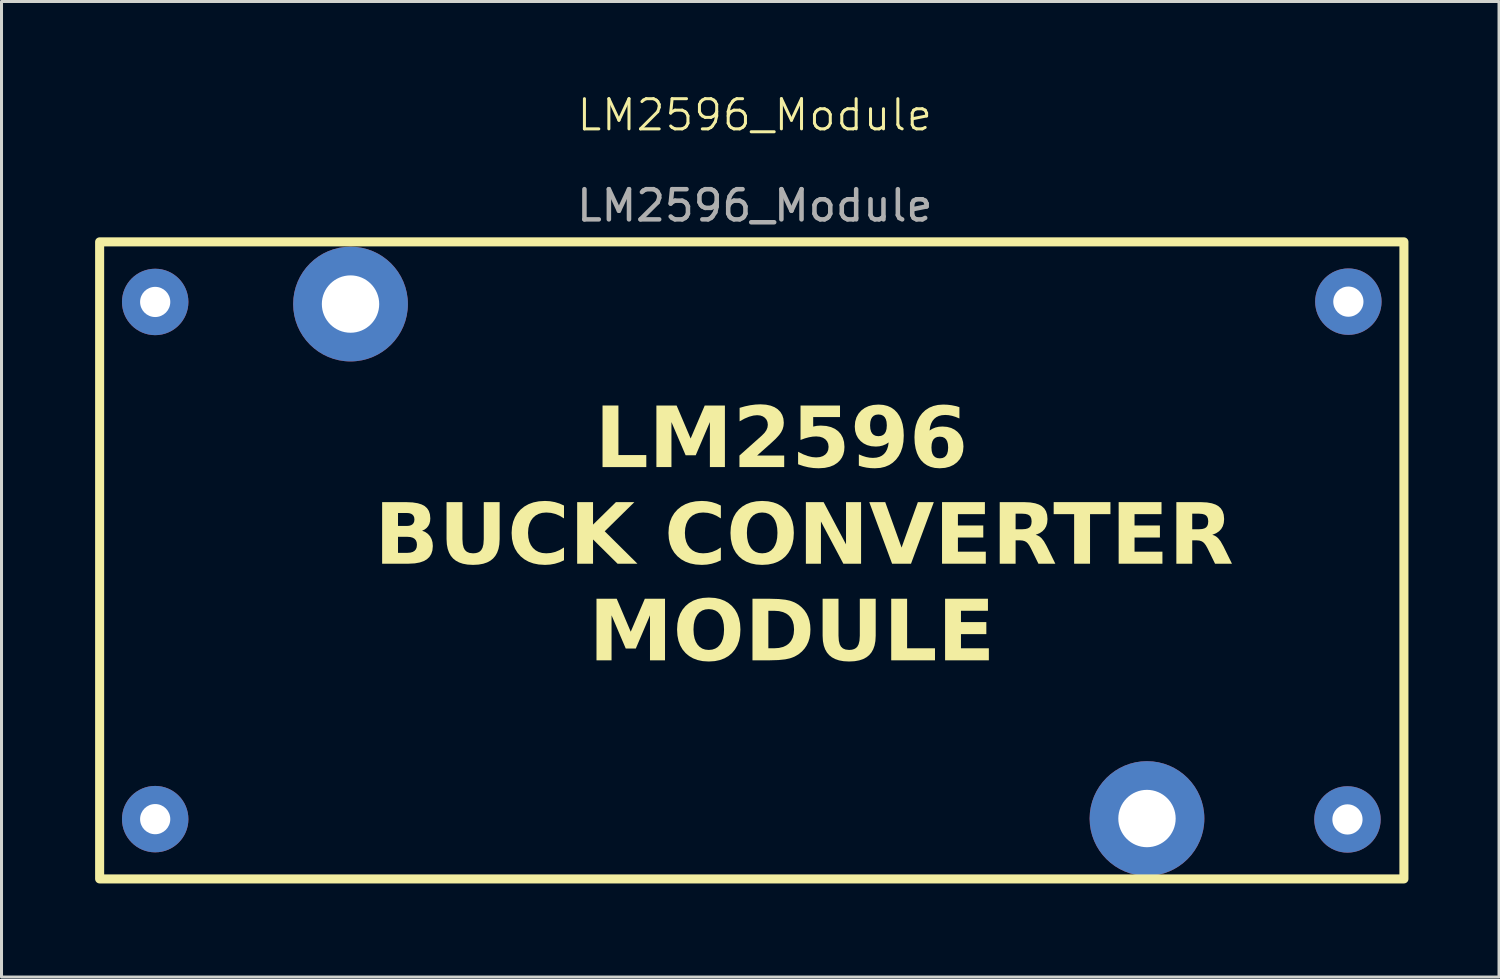
<source format=kicad_pcb>
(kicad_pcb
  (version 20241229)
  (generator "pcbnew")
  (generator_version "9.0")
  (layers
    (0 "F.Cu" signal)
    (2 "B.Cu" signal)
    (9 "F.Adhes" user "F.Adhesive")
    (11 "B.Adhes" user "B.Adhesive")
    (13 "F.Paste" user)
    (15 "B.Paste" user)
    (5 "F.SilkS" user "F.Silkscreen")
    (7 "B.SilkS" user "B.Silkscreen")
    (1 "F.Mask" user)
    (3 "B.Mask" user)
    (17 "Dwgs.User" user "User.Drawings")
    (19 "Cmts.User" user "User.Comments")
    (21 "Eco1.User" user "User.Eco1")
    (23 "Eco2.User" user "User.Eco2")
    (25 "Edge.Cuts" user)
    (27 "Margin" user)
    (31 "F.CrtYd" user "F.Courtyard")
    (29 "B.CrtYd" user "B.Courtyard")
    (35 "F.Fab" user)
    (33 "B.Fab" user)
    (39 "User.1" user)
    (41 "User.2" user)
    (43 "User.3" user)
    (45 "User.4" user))
  (footprint "LM2596_Module"
    (layer "F.Cu")
    (at 0.25 26.061)
    (property "Reference" "LM2596_Module" (at 21.7 -25.3 0) (unlocked yes) (layer "F.SilkS") (effects (font (size 1 1) (thickness 0.1))))
    (attr through_hole)
    (fp_rect (start 0 -21.1) (end 43.2 0) (stroke (width 0.3) (type default)) (fill no) (layer "F.SilkS"))
    (fp_text user "LM2596 " (at 16.4 -13.3 0) (unlocked yes) (layer "F.SilkS") (effects (font (face "Arial") (size 2 2) (thickness 0.2) (bold yes)) (justify left bottom)))
    (fp_text user "MODULE" (at 16.2 -6.9 0) (unlocked yes) (layer "F.SilkS") (effects (font (face "Arial") (size 2 2) (thickness 0.2) (bold yes)) (justify left bottom)))
    (fp_text user "BUCK CONVERTER" (at 9.1 -10.1 0) (unlocked yes) (layer "F.SilkS") (effects (font (face "Arial") (size 2 2) (thickness 0.2) (bold yes)) (justify left bottom)))
    (fp_text user "${REFERENCE}" (at 21.7 -22.3 0) (unlocked yes) (layer "F.Fab") (effects (font (size 1 1) (thickness 0.15))))
    (pad "" thru_hole circle (at 8.31 -19.04) (size 3.8 3.8) (drill 1.9) (layers "*.Cu" "*.Mask" "Eco2.User"))
    (pad "" thru_hole circle (at 34.69 -2) (size 3.8 3.8) (drill 1.9) (layers "*.Cu" "*.Mask" "Eco2.User"))
    (pad "1" thru_hole circle (at 1.84 -19.11) (size 2.2 2.2) (drill 1) (layers "*.Cu" "*.Mask" "Eco2.User"))
    (pad "2" thru_hole circle (at 1.84 -1.98) (size 2.2 2.2) (drill 1) (layers "*.Cu" "*.Mask" "Eco2.User"))
    (pad "3" thru_hole circle (at 41.36 -19.12) (size 2.2 2.2) (drill 1) (layers "*.Cu" "*.Mask" "Eco2.User"))
    (pad "4" thru_hole circle (at 41.33 -1.97) (size 2.2 2.2) (drill 1) (layers "*.Cu" "*.Mask" "Eco2.User")))
  (gr_rect
    (start -3 -3)
    (end 46.6 29.311)
    (stroke (width 0.1) (type default))
    (fill no)
    (layer "Edge.Cuts")))
</source>
